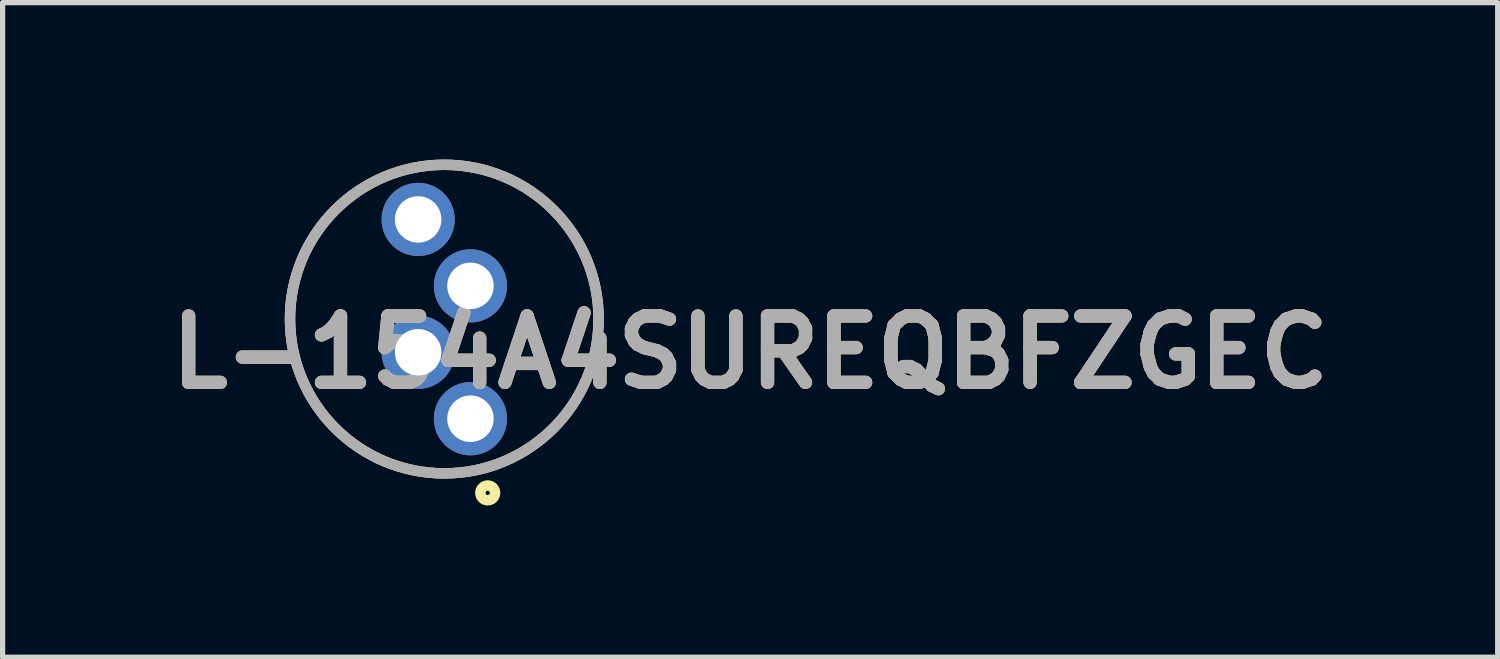
<source format=kicad_pcb>
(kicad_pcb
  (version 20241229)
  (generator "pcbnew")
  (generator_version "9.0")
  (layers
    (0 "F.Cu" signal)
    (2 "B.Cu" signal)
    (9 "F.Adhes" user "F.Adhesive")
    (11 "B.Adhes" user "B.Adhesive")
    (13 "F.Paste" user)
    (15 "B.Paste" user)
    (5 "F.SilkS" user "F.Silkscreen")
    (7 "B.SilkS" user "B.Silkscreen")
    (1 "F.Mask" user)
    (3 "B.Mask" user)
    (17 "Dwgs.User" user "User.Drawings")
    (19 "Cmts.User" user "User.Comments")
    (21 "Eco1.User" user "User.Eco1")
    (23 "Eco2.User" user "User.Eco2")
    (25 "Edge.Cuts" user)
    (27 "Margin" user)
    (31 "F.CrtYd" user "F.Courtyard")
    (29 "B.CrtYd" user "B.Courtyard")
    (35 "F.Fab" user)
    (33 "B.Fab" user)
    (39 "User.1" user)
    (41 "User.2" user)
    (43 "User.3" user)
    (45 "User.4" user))
  (footprint "L-154A4SUREQBFZGEC"
    (layer "F.Cu")
    (at 5.444 3.05)
    (property "Reference" "L-154A4SUREQBFZGEC" (at 5.847 0.636 0) (layer "F.SilkS") (effects (font (size 1.27 1.27) (thickness 0.254))))
    (attr through_hole)
    (fp_circle (center 0 0) (end 0 2.95) (stroke (width 0.2) (type solid)) (fill no) (layer "F.SilkS"))
    (fp_circle (center 0.83 3.323) (end 0.83 3.364) (stroke (width 0.2) (type solid)) (fill no) (layer "F.SilkS"))
    (fp_circle (center 0 0) (end 0 2.95) (stroke (width 0.2) (type solid)) (fill no) (layer "F.Fab"))
    (fp_text user "${REFERENCE}" (at 5.847 0.636 0) (layer "F.Fab") (effects (font (size 1.27 1.27) (thickness 0.254))))
    (pad "1" thru_hole circle (at 0.5 1.905) (size 1.4 1.4) (drill 0.889) (layers "*.Cu" "*.Mask"))
    (pad "2" thru_hole circle (at -0.5 0.635) (size 1.4 1.4) (drill 0.889) (layers "*.Cu" "*.Mask"))
    (pad "3" thru_hole circle (at 0.5 -0.635) (size 1.4 1.4) (drill 0.889) (layers "*.Cu" "*.Mask"))
    (pad "4" thru_hole circle (at -0.5 -1.905) (size 1.4 1.4) (drill 0.889) (layers "*.Cu" "*.Mask")))
  (gr_rect
    (start -3 -3)
    (end 25.582 9.514)
    (stroke (width 0.1) (type default))
    (fill no)
    (layer "Edge.Cuts")))
</source>
